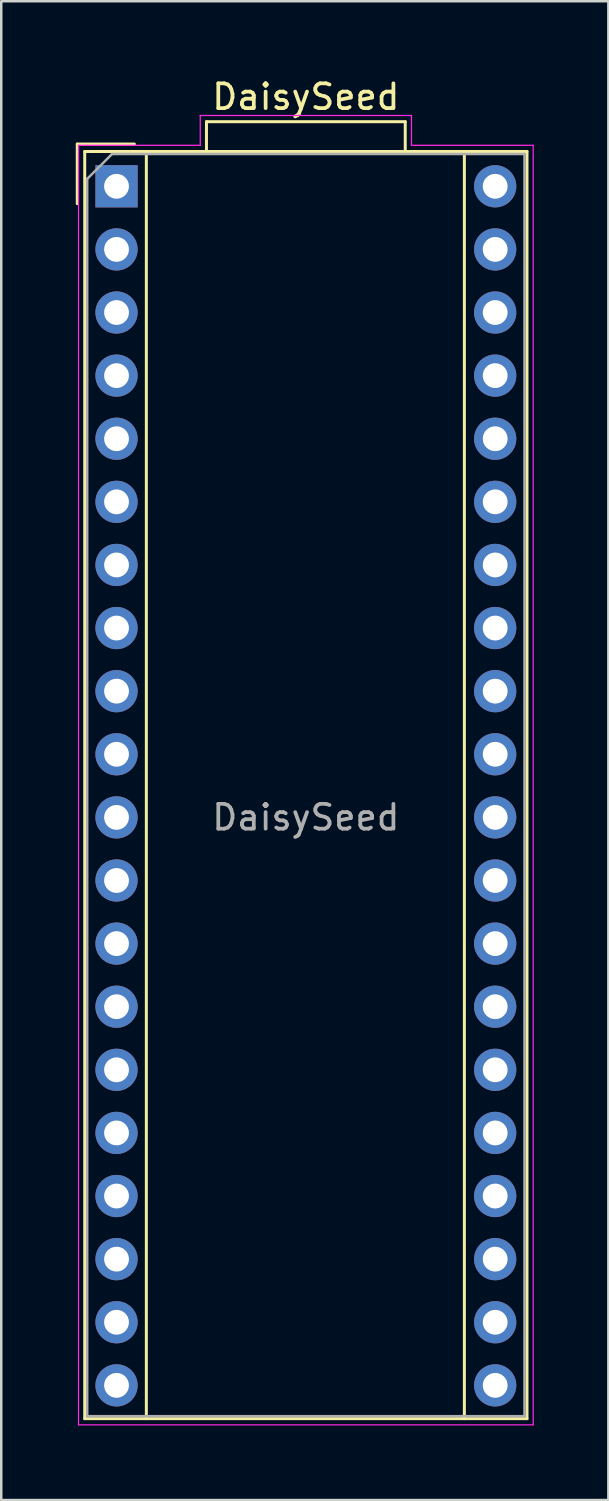
<source format=kicad_pcb>
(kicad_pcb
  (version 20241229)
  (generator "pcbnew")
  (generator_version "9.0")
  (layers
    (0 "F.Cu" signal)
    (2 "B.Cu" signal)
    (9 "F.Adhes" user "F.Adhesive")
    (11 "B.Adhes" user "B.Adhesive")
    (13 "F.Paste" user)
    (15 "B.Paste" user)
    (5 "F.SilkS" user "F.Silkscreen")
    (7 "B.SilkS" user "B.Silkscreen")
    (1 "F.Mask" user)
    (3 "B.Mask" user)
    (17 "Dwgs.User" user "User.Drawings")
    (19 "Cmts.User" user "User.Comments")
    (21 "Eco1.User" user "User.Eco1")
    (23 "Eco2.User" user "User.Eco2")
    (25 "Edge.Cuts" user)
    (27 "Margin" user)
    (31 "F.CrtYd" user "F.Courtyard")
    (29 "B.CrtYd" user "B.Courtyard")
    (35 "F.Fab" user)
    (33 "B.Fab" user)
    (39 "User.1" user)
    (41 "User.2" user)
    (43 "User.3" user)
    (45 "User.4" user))
  (footprint "DaisySeed"
    (layer "F.Cu")
    (at 1.64 4.448)
    (property "Reference" "DaisySeed" (at 7.62 -3.6 0) (layer "F.SilkS") (effects (font (size 1 1) (thickness 0.15))))
    (attr through_hole)
    (fp_line (start -1.58 -1.7) (end -1.58 0.7) (stroke (width 0.12) (type solid)) (layer "F.SilkS"))
    (fp_line (start -1.28 -1.4) (end 16.52 -1.4) (stroke (width 0.12) (type solid)) (layer "F.SilkS"))
    (fp_line (start -1.28 49.6) (end -1.28 -1.4) (stroke (width 0.12) (type solid)) (layer "F.SilkS"))
    (fp_line (start 0.72 -1.7) (end -1.58 -1.7) (stroke (width 0.12) (type solid)) (layer "F.SilkS"))
    (fp_line (start 1.2 -1.4) (end 1.2 49.6) (stroke (width 0.12) (type solid)) (layer "F.SilkS"))
    (fp_line (start 3.62 -2.6) (end 11.62 -2.6) (stroke (width 0.12) (type solid)) (layer "F.SilkS"))
    (fp_line (start 3.62 -1.4) (end 3.62 -2.6) (stroke (width 0.12) (type solid)) (layer "F.SilkS"))
    (fp_line (start 11.62 -2.6) (end 11.62 -1.4) (stroke (width 0.12) (type solid)) (layer "F.SilkS"))
    (fp_line (start 14 -1.4) (end 14 49.6) (stroke (width 0.12) (type solid)) (layer "F.SilkS"))
    (fp_line (start 16.52 -1.4) (end 16.52 49.6) (stroke (width 0.12) (type solid)) (layer "F.SilkS"))
    (fp_line (start 16.52 49.6) (end -1.28 49.6) (stroke (width 0.12) (type solid)) (layer "F.SilkS"))
    (fp_line (start -1.53 -1.65) (end 3.37 -1.65) (stroke (width 0.05) (type solid)) (layer "F.CrtYd"))
    (fp_line (start -1.53 49.85) (end -1.53 -1.65) (stroke (width 0.05) (type solid)) (layer "F.CrtYd"))
    (fp_line (start 3.37 -2.85) (end 11.87 -2.85) (stroke (width 0.05) (type solid)) (layer "F.CrtYd"))
    (fp_line (start 3.37 -1.65) (end 3.37 -2.85) (stroke (width 0.05) (type solid)) (layer "F.CrtYd"))
    (fp_line (start 11.87 -2.85) (end 11.87 -1.65) (stroke (width 0.05) (type solid)) (layer "F.CrtYd"))
    (fp_line (start 11.87 -1.65) (end 16.77 -1.65) (stroke (width 0.05) (type solid)) (layer "F.CrtYd"))
    (fp_line (start 16.77 -1.65) (end 16.77 49.85) (stroke (width 0.05) (type solid)) (layer "F.CrtYd"))
    (fp_line (start 16.77 49.85) (end -1.53 49.85) (stroke (width 0.05) (type solid)) (layer "F.CrtYd"))
    (fp_line (start -1.18 -0.3) (end -1.18 49.5) (stroke (width 0.1) (type solid)) (layer "F.Fab"))
    (fp_line (start -1.18 49.5) (end 16.42 49.5) (stroke (width 0.1) (type solid)) (layer "F.Fab"))
    (fp_line (start -0.18 -1.3) (end -1.18 -0.3) (stroke (width 0.1) (type solid)) (layer "F.Fab"))
    (fp_line (start 16.42 -1.3) (end -0.18 -1.3) (stroke (width 0.1) (type solid)) (layer "F.Fab"))
    (fp_line (start 16.42 49.5) (end 16.42 -1.3) (stroke (width 0.1) (type solid)) (layer "F.Fab"))
    (fp_text user "${REFERENCE}" (at 7.62 25.4 0) (layer "F.Fab") (effects (font (size 1 1) (thickness 0.15))))
    (pad "1" thru_hole rect (at 0 0) (size 1.7 1.7) (drill 1) (layers "*.Cu" "*.Mask"))
    (pad "2" thru_hole circle (at 0 2.54) (size 1.7 1.7) (drill 1) (layers "*.Cu" "*.Mask"))
    (pad "3" thru_hole circle (at 0 5.08) (size 1.7 1.7) (drill 1) (layers "*.Cu" "*.Mask"))
    (pad "4" thru_hole circle (at 0 7.62) (size 1.7 1.7) (drill 1) (layers "*.Cu" "*.Mask"))
    (pad "5" thru_hole circle (at 0 10.16) (size 1.7 1.7) (drill 1) (layers "*.Cu" "*.Mask"))
    (pad "6" thru_hole circle (at 0 12.7) (size 1.7 1.7) (drill 1) (layers "*.Cu" "*.Mask"))
    (pad "7" thru_hole circle (at 0 15.24) (size 1.7 1.7) (drill 1) (layers "*.Cu" "*.Mask"))
    (pad "8" thru_hole circle (at 0 17.78) (size 1.7 1.7) (drill 1) (layers "*.Cu" "*.Mask"))
    (pad "9" thru_hole circle (at 0 20.32) (size 1.7 1.7) (drill 1) (layers "*.Cu" "*.Mask"))
    (pad "10" thru_hole circle (at 0 22.86) (size 1.7 1.7) (drill 1) (layers "*.Cu" "*.Mask"))
    (pad "11" thru_hole circle (at 0 25.4) (size 1.7 1.7) (drill 1) (layers "*.Cu" "*.Mask"))
    (pad "12" thru_hole circle (at 0 27.94) (size 1.7 1.7) (drill 1) (layers "*.Cu" "*.Mask"))
    (pad "13" thru_hole circle (at 0 30.48) (size 1.7 1.7) (drill 1) (layers "*.Cu" "*.Mask"))
    (pad "14" thru_hole circle (at 0 33.02) (size 1.7 1.7) (drill 1) (layers "*.Cu" "*.Mask"))
    (pad "15" thru_hole circle (at 0 35.56) (size 1.7 1.7) (drill 1) (layers "*.Cu" "*.Mask"))
    (pad "16" thru_hole circle (at 0 38.1) (size 1.7 1.7) (drill 1) (layers "*.Cu" "*.Mask"))
    (pad "17" thru_hole circle (at 0 40.64) (size 1.7 1.7) (drill 1) (layers "*.Cu" "*.Mask"))
    (pad "18" thru_hole circle (at 0 43.18) (size 1.7 1.7) (drill 1) (layers "*.Cu" "*.Mask"))
    (pad "19" thru_hole circle (at 0 45.72) (size 1.7 1.7) (drill 1) (layers "*.Cu" "*.Mask"))
    (pad "20" thru_hole circle (at 0 48.26) (size 1.7 1.7) (drill 1) (layers "*.Cu" "*.Mask"))
    (pad "21" thru_hole circle (at 15.24 48.26) (size 1.7 1.7) (drill 1) (layers "*.Cu" "*.Mask"))
    (pad "22" thru_hole circle (at 15.24 45.72) (size 1.7 1.7) (drill 1) (layers "*.Cu" "*.Mask"))
    (pad "23" thru_hole circle (at 15.24 43.18) (size 1.7 1.7) (drill 1) (layers "*.Cu" "*.Mask"))
    (pad "24" thru_hole circle (at 15.24 40.64) (size 1.7 1.7) (drill 1) (layers "*.Cu" "*.Mask"))
    (pad "25" thru_hole circle (at 15.24 38.1) (size 1.7 1.7) (drill 1) (layers "*.Cu" "*.Mask"))
    (pad "26" thru_hole circle (at 15.24 35.56) (size 1.7 1.7) (drill 1) (layers "*.Cu" "*.Mask"))
    (pad "27" thru_hole circle (at 15.24 33.02) (size 1.7 1.7) (drill 1) (layers "*.Cu" "*.Mask"))
    (pad "28" thru_hole circle (at 15.24 30.48) (size 1.7 1.7) (drill 1) (layers "*.Cu" "*.Mask"))
    (pad "29" thru_hole circle (at 15.24 27.94) (size 1.7 1.7) (drill 1) (layers "*.Cu" "*.Mask"))
    (pad "30" thru_hole circle (at 15.24 25.4) (size 1.7 1.7) (drill 1) (layers "*.Cu" "*.Mask"))
    (pad "31" thru_hole circle (at 15.24 22.86) (size 1.7 1.7) (drill 1) (layers "*.Cu" "*.Mask"))
    (pad "32" thru_hole circle (at 15.24 20.32) (size 1.7 1.7) (drill 1) (layers "*.Cu" "*.Mask"))
    (pad "33" thru_hole circle (at 15.24 17.78) (size 1.7 1.7) (drill 1) (layers "*.Cu" "*.Mask"))
    (pad "34" thru_hole circle (at 15.24 15.24) (size 1.7 1.7) (drill 1) (layers "*.Cu" "*.Mask"))
    (pad "35" thru_hole circle (at 15.24 12.7) (size 1.7 1.7) (drill 1) (layers "*.Cu" "*.Mask"))
    (pad "36" thru_hole circle (at 15.24 10.16) (size 1.7 1.7) (drill 1) (layers "*.Cu" "*.Mask"))
    (pad "37" thru_hole circle (at 15.24 7.62) (size 1.7 1.7) (drill 1) (layers "*.Cu" "*.Mask"))
    (pad "38" thru_hole circle (at 15.24 5.08) (size 1.7 1.7) (drill 1) (layers "*.Cu" "*.Mask"))
    (pad "39" thru_hole circle (at 15.24 2.54) (size 1.7 1.7) (drill 1) (layers "*.Cu" "*.Mask"))
    (pad "40" thru_hole circle (at 15.24 0) (size 1.7 1.7) (drill 1) (layers "*.Cu" "*.Mask")))
  (gr_rect
    (start -3 -3)
    (end 21.435 57.323)
    (stroke (width 0.1) (type default))
    (fill no)
    (layer "Edge.Cuts")))
</source>
